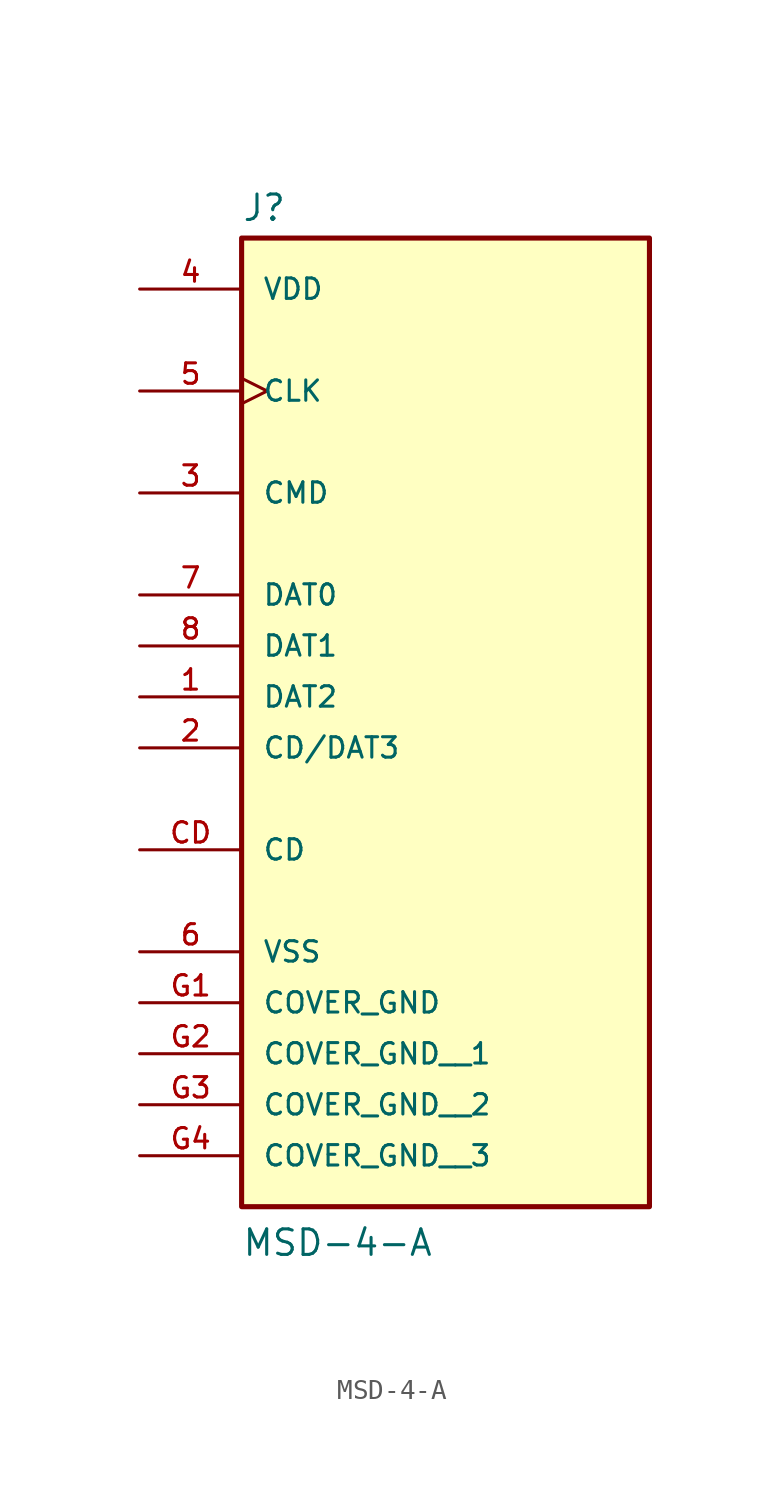
<source format=kicad_sym>
(kicad_symbol_lib
  (version 20211014)
  (generator kicad_symbol_editor)
  (symbol "MSD-4-A"
    (pin_names
      (offset 1.016))
    (property "Reference" "J"
      (at -10.16 21.082 0)
      (effects (font (size 1.27 1.27)) (justify bottom left)))
    (property "Value" "MSD-4-A"
      (at -10.16 -30.48 0)
      (effects (font (size 1.27 1.27)) (justify bottom left)))
    (symbol "MSD-4-A_0_0"
      (rectangle (start -10.16 -27.94) (end 10.16 20.32) (stroke (width 0.254)) (fill (type background)))
      (pin bidirectional line (at -15.24 -5.08 0) (length 5.08) (name "CD/DAT3" (effects (font (size 1.016 1.016)))) (number "2" (effects (font (size 1.016 1.016)))))
      (pin bidirectional line (at -15.24 7.62 0) (length 5.08) (name "CMD" (effects (font (size 1.016 1.016)))) (number "3" (effects (font (size 1.016 1.016)))))
      (pin power_in line (at -15.24 -15.24 0) (length 5.08) (name "VSS" (effects (font (size 1.016 1.016)))) (number "6" (effects (font (size 1.016 1.016)))))
      (pin power_in line (at -15.24 17.78 0) (length 5.08) (name "VDD" (effects (font (size 1.016 1.016)))) (number "4" (effects (font (size 1.016 1.016)))))
      (pin input clock (at -15.24 12.7 0) (length 5.08) (name "CLK" (effects (font (size 1.016 1.016)))) (number "5" (effects (font (size 1.016 1.016)))))
      (pin bidirectional line (at -15.24 2.54 0) (length 5.08) (name "DAT0" (effects (font (size 1.016 1.016)))) (number "7" (effects (font (size 1.016 1.016)))))
      (pin passive line (at -15.24 -10.16 0) (length 5.08) (name "CD" (effects (font (size 1.016 1.016)))) (number "CD" (effects (font (size 1.016 1.016)))))
      (pin bidirectional line (at -15.24 0.0 0) (length 5.08) (name "DAT1" (effects (font (size 1.016 1.016)))) (number "8" (effects (font (size 1.016 1.016)))))
      (pin bidirectional line (at -15.24 -2.54 0) (length 5.08) (name "DAT2" (effects (font (size 1.016 1.016)))) (number "1" (effects (font (size 1.016 1.016)))))
      (pin power_in line (at -15.24 -17.78 0) (length 5.08) (name "COVER_GND" (effects (font (size 1.016 1.016)))) (number "G1" (effects (font (size 1.016 1.016)))))
      (pin power_in line (at -15.24 -20.32 0) (length 5.08) (name "COVER_GND__1" (effects (font (size 1.016 1.016)))) (number "G2" (effects (font (size 1.016 1.016)))))
      (pin power_in line (at -15.24 -22.86 0) (length 5.08) (name "COVER_GND__2" (effects (font (size 1.016 1.016)))) (number "G3" (effects (font (size 1.016 1.016)))))
      (pin power_in line (at -15.24 -25.4 0) (length 5.08) (name "COVER_GND__3" (effects (font (size 1.016 1.016)))) (number "G4" (effects (font (size 1.016 1.016))))))))
</source>
